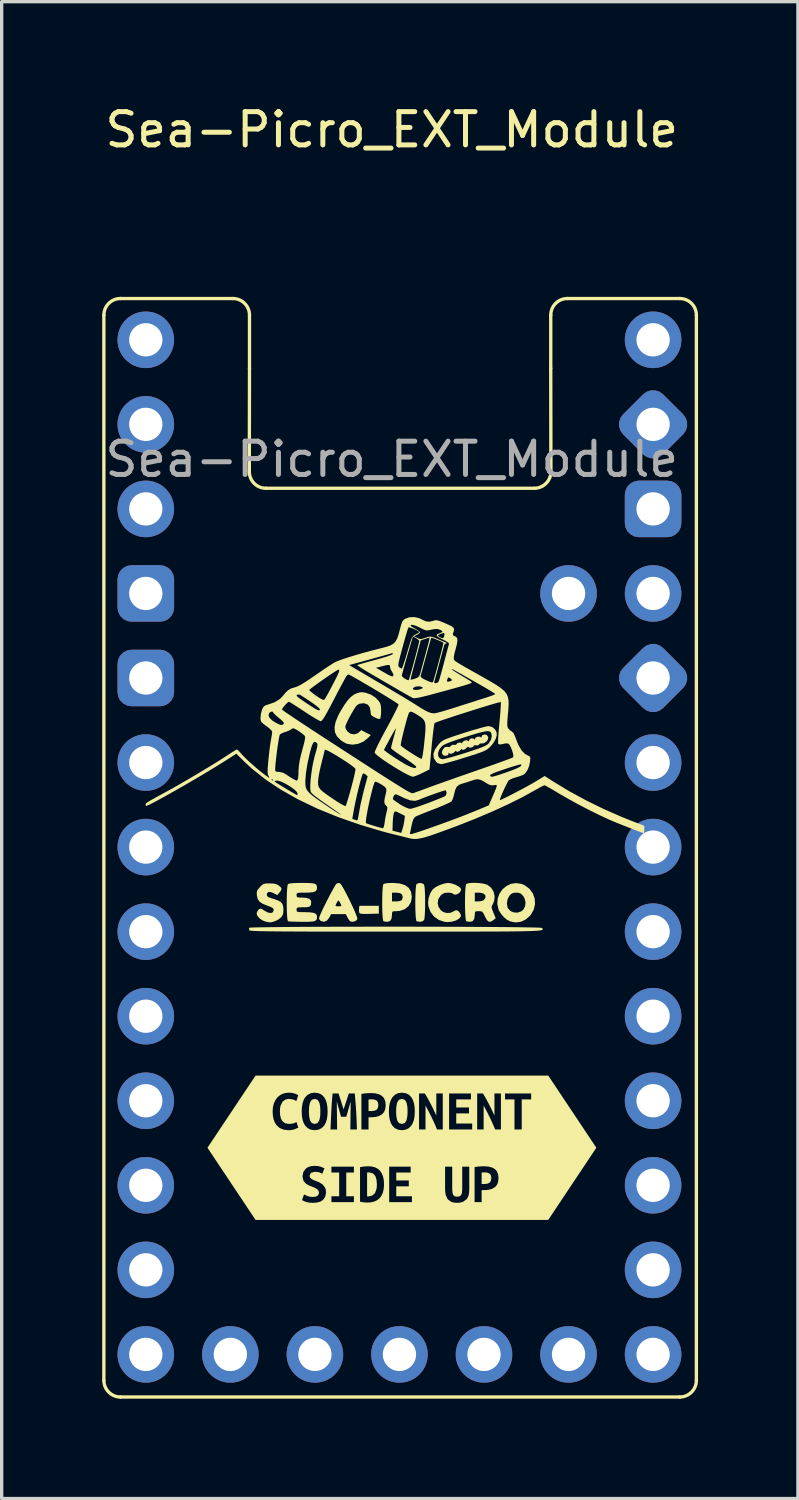
<source format=kicad_pcb>
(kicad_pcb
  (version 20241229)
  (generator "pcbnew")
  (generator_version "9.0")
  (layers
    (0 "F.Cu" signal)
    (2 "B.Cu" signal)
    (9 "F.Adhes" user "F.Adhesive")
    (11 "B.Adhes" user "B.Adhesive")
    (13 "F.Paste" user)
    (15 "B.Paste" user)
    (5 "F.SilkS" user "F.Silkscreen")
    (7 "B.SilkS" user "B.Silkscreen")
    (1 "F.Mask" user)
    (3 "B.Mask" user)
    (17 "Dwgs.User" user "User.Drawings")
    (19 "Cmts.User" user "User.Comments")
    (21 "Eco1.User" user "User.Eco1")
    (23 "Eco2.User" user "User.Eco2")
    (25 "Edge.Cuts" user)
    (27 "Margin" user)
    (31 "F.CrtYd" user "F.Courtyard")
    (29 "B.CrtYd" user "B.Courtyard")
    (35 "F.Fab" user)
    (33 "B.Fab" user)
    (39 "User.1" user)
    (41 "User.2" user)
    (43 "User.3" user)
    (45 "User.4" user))
  (footprint "Sea-Picro_EXT_Module"
    (layer "F.Cu")
    (at 8.92 22.398)
    (property "Reference" "Sea-Picro_EXT_Module" (at -0.2 -21.55 0) (unlocked yes) (layer "F.SilkS") (effects (font (size 1 1) (thickness 0.15))))
    (attr through_hole)
    (fp_line (start -8.85 -15.98) (end -8.85 16.02) (stroke (width 0.1) (type solid)) (layer "F.SilkS"))
    (fp_line (start -8.35 16.52) (end 8.45 16.52) (stroke (width 0.1) (type solid)) (layer "F.SilkS"))
    (fp_line (start -4.975 -16.48) (end -8.35 -16.48) (stroke (width 0.1) (type solid)) (layer "F.SilkS"))
    (fp_line (start -4.475 -14.38) (end -4.48 -11.28) (stroke (width 0.1) (type solid)) (layer "F.SilkS"))
    (fp_line (start -4.475 -14.38) (end -4.475 -15.98) (stroke (width 0.1) (type solid)) (layer "F.SilkS"))
    (fp_line (start -3.98 -10.78) (end 4.08 -10.78) (stroke (width 0.1) (type solid)) (layer "F.SilkS"))
    (fp_line (start 4.575 -14.38) (end 4.575 -15.98) (stroke (width 0.1) (type solid)) (layer "F.SilkS"))
    (fp_line (start 4.575 -14.38) (end 4.58 -11.28) (stroke (width 0.1) (type solid)) (layer "F.SilkS"))
    (fp_line (start 5.075 -16.48) (end 8.45 -16.48) (stroke (width 0.1) (type solid)) (layer "F.SilkS"))
    (fp_line (start 8.95 16.02) (end 8.95 -15.98) (stroke (width 0.1) (type solid)) (layer "F.SilkS"))
    (fp_arc (start -8.84951 -15.98) (mid -8.703063 -16.333553) (end -8.34951 -16.48) (stroke (width 0.1) (type solid)) (layer "F.SilkS"))
    (fp_arc (start -8.34951 16.52) (mid -8.703063 16.373553) (end -8.84951 16.02) (stroke (width 0.1) (type solid)) (layer "F.SilkS"))
    (fp_arc (start -4.97451 -16.48) (mid -4.620957 -16.333553) (end -4.47451 -15.98) (stroke (width 0.1) (type solid)) (layer "F.SilkS"))
    (fp_arc (start -3.98 -10.77951) (mid -4.333553 -10.925957) (end -4.48 -11.27951) (stroke (width 0.1) (type solid)) (layer "F.SilkS"))
    (fp_arc (start 4.57549 -15.98) (mid 4.721931 -16.333559) (end 5.07549 -16.48) (stroke (width 0.1) (type solid)) (layer "F.SilkS"))
    (fp_arc (start 4.58 -11.27951) (mid 4.433553 -10.925957) (end 4.08 -10.77951) (stroke (width 0.1) (type solid)) (layer "F.SilkS"))
    (fp_arc (start 8.45049 -16.48) (mid 8.804046 -16.333556) (end 8.95049 -15.98) (stroke (width 0.1) (type solid)) (layer "F.SilkS"))
    (fp_arc (start 8.95049 16.02) (mid 8.804039 16.373543) (end 8.45049 16.52) (stroke (width 0.1) (type solid)) (layer "F.SilkS"))
    (fp_poly (pts (xy -0.589 1.998) (xy -0.874 2.006) (xy -1.012 2.009) (xy -1.101 2.005) (xy -1.152 1.995) (xy -1.175 1.976) (xy -1.177 1.972) (xy -1.186 1.913) (xy -1.183 1.847) (xy -1.174 1.764) (xy -0.589 1.764)) (stroke (width 0) (type solid)) (fill yes) (layer "F.SilkS"))
    (fp_poly (pts (xy -0.792 7.576) (xy -0.845 7.577) (xy -0.899 7.581) (xy -0.899 7.93) (xy -0.811 7.93) (xy -0.721 7.92) (xy -0.656 7.889) (xy -0.617 7.834) (xy -0.604 7.749) (xy -0.616 7.668) (xy -0.655 7.615) (xy -0.715 7.586) (xy -0.792 7.576)) (stroke (width 0) (type solid)) (fill yes) (layer "F.SilkS"))
    (fp_poly (pts (xy 2.604 9.772) (xy 2.551 9.773) (xy 2.499 9.777) (xy 2.499 10.121) (xy 2.585 10.121) (xy 2.674 10.111) (xy 2.738 10.081) (xy 2.777 10.026) (xy 2.79 9.942) (xy 2.777 9.863) (xy 2.739 9.811) (xy 2.68 9.782) (xy 2.604 9.772)) (stroke (width 0) (type solid)) (fill yes) (layer "F.SilkS"))
    (fp_poly (pts (xy -0.942 10.493) (xy -0.923 10.495) (xy -0.904 10.495) (xy -0.783 10.467) (xy -0.704 10.391) (xy -0.661 10.277) (xy -0.651 10.208) (xy -0.648 10.132) (xy -0.658 9.997) (xy -0.694 9.882) (xy -0.765 9.802) (xy -0.88 9.772) (xy -0.911 9.773) (xy -0.942 9.777) (xy -0.942 10.493)) (stroke (width 0) (type solid)) (fill yes) (layer "F.SilkS"))
    (fp_poly (pts (xy -2.689 7.941) (xy -2.687 8.017) (xy -2.682 8.088) (xy -2.658 8.208) (xy -2.606 8.288) (xy -2.517 8.318) (xy -2.429 8.288) (xy -2.377 8.207) (xy -2.352 8.088) (xy -2.348 8.017) (xy -2.346 7.941) (xy -2.348 7.865) (xy -2.352 7.793) (xy -2.377 7.674) (xy -2.428 7.593) (xy -2.517 7.564) (xy -2.606 7.593) (xy -2.658 7.675) (xy -2.682 7.794) (xy -2.687 7.865) (xy -2.689 7.941)) (stroke (width 0) (type solid)) (fill yes) (layer "F.SilkS"))
    (fp_poly (pts (xy -0.069 7.941) (xy -0.068 8.017) (xy -0.063 8.088) (xy -0.039 8.208) (xy 0.013 8.288) (xy 0.102 8.318) (xy 0.19 8.288) (xy 0.243 8.207) (xy 0.267 8.088) (xy 0.272 8.017) (xy 0.273 7.941) (xy 0.272 7.865) (xy 0.267 7.793) (xy 0.243 7.674) (xy 0.191 7.593) (xy 0.102 7.564) (xy 0.013 7.593) (xy -0.039 7.675) (xy -0.063 7.794) (xy -0.068 7.865) (xy -0.069 7.941)) (stroke (width 0) (type solid)) (fill yes) (layer "F.SilkS"))
    (fp_poly (pts (xy 0.688 1.08) (xy 0.754 1.111) (xy 0.771 1.133) (xy 0.782 1.182) (xy 0.791 1.28) (xy 0.798 1.415) (xy 0.801 1.578) (xy 0.801 1.661) (xy 0.8 1.834) (xy 0.794 1.984) (xy 0.786 2.101) (xy 0.776 2.174) (xy 0.771 2.19) (xy 0.719 2.232) (xy 0.637 2.245) (xy 0.546 2.227) (xy 0.545 2.227) (xy 0.532 2.194) (xy 0.521 2.113) (xy 0.513 1.997) (xy 0.508 1.855) (xy 0.506 1.701) (xy 0.507 1.543) (xy 0.511 1.395) (xy 0.518 1.267) (xy 0.528 1.171) (xy 0.54 1.117) (xy 0.544 1.111) (xy 0.609 1.08)) (stroke (width 0) (type solid)) (fill yes) (layer "F.SilkS"))
    (fp_poly (pts (xy 1.589 1.09) (xy 1.694 1.124) (xy 1.789 1.171) (xy 1.857 1.223) (xy 1.879 1.261) (xy 1.868 1.325) (xy 1.822 1.381) (xy 1.757 1.419) (xy 1.691 1.43) (xy 1.64 1.405) (xy 1.635 1.398) (xy 1.598 1.38) (xy 1.523 1.37) (xy 1.485 1.369) (xy 1.386 1.378) (xy 1.314 1.413) (xy 1.267 1.454) (xy 1.199 1.56) (xy 1.178 1.679) (xy 1.204 1.797) (xy 1.274 1.898) (xy 1.348 1.951) (xy 1.453 1.98) (xy 1.562 1.974) (xy 1.637 1.94) (xy 1.702 1.906) (xy 1.744 1.896) (xy 1.798 1.92) (xy 1.847 1.977) (xy 1.876 2.044) (xy 1.874 2.084) (xy 1.82 2.151) (xy 1.724 2.205) (xy 1.603 2.241) (xy 1.471 2.253) (xy 1.387 2.246) (xy 1.212 2.188) (xy 1.068 2.086) (xy 0.962 1.947) (xy 0.901 1.782) (xy 0.889 1.661) (xy 0.909 1.52) (xy 0.96 1.379) (xy 1.029 1.271) (xy 1.109 1.207) (xy 1.225 1.147) (xy 1.351 1.101) (xy 1.467 1.078) (xy 1.49 1.076)) (stroke (width 0) (type solid)) (fill yes) (layer "F.SilkS"))
    (fp_poly (pts (xy 3.689 1.103) (xy 3.789 1.144) (xy 3.934 1.251) (xy 4.036 1.389) (xy 4.093 1.547) (xy 4.103 1.714) (xy 4.064 1.881) (xy 3.975 2.036) (xy 3.954 2.061) (xy 3.825 2.173) (xy 3.68 2.242) (xy 3.531 2.262) (xy 3.479 2.256) (xy 3.401 2.24) (xy 3.354 2.23) (xy 3.27 2.19) (xy 3.176 2.113) (xy 3.088 2.015) (xy 3.022 1.911) (xy 3.008 1.879) (xy 2.97 1.709) (xy 2.971 1.69) (xy 3.258 1.69) (xy 3.276 1.809) (xy 3.289 1.838) (xy 3.363 1.919) (xy 3.465 1.963) (xy 3.578 1.968) (xy 3.685 1.933) (xy 3.75 1.88) (xy 3.805 1.775) (xy 3.817 1.651) (xy 3.784 1.529) (xy 3.74 1.459) (xy 3.677 1.398) (xy 3.609 1.373) (xy 3.537 1.369) (xy 3.446 1.377) (xy 3.382 1.41) (xy 3.335 1.459) (xy 3.278 1.565) (xy 3.258 1.69) (xy 2.971 1.69) (xy 2.981 1.547) (xy 3.035 1.398) (xy 3.123 1.271) (xy 3.24 1.171) (xy 3.378 1.105) (xy 3.53 1.081)) (stroke (width 0) (type solid)) (fill yes) (layer "F.SilkS"))
    (fp_poly (pts (xy 0.036 1.092) (xy 0.196 1.142) (xy 0.31 1.225) (xy 0.378 1.342) (xy 0.401 1.495) (xy 0.401 1.501) (xy 0.375 1.652) (xy 0.301 1.776) (xy 0.187 1.867) (xy 0.038 1.917) (xy -0.061 1.925) (xy -0.142 1.927) (xy -0.181 1.941) (xy -0.193 1.981) (xy -0.194 2.029) (xy -0.208 2.15) (xy -0.253 2.221) (xy -0.328 2.244) (xy -0.334 2.244) (xy -0.407 2.237) (xy -0.45 2.227) (xy -0.463 2.194) (xy -0.474 2.113) (xy -0.482 1.997) (xy -0.487 1.855) (xy -0.489 1.701) (xy -0.488 1.632) (xy -0.194 1.632) (xy -0.068 1.632) (xy 0.019 1.624) (xy 0.082 1.605) (xy 0.093 1.597) (xy 0.123 1.54) (xy 0.128 1.501) (xy 0.109 1.426) (xy 0.047 1.383) (xy -0.062 1.369) (xy -0.068 1.369) (xy -0.194 1.369) (xy -0.194 1.632) (xy -0.488 1.632) (xy -0.488 1.543) (xy -0.484 1.395) (xy -0.477 1.267) (xy -0.467 1.171) (xy -0.455 1.117) (xy -0.451 1.111) (xy -0.401 1.092) (xy -0.303 1.08) (xy -0.172 1.076)) (stroke (width 0) (type solid)) (fill yes) (layer "F.SilkS"))
    (fp_poly (pts (xy -1.752 1.092) (xy -1.719 1.129) (xy -1.67 1.21) (xy -1.607 1.322) (xy -1.537 1.457) (xy -1.464 1.603) (xy -1.394 1.751) (xy -1.33 1.891) (xy -1.279 2.012) (xy -1.245 2.105) (xy -1.233 2.158) (xy -1.234 2.163) (xy -1.276 2.212) (xy -1.349 2.241) (xy -1.426 2.24) (xy -1.437 2.236) (xy -1.478 2.2) (xy -1.522 2.133) (xy -1.53 2.116) (xy -1.58 2.013) (xy -2.022 2.013) (xy -2.081 2.122) (xy -2.151 2.209) (xy -2.235 2.243) (xy -2.328 2.221) (xy -2.337 2.216) (xy -2.379 2.168) (xy -2.386 2.136) (xy -2.372 2.088) (xy -2.336 2) (xy -2.282 1.883) (xy -2.225 1.765) (xy -1.891 1.765) (xy -1.865 1.775) (xy -1.804 1.779) (xy -1.803 1.779) (xy -1.741 1.775) (xy -1.715 1.765) (xy -1.715 1.765) (xy -1.728 1.723) (xy -1.756 1.665) (xy -1.786 1.618) (xy -1.803 1.603) (xy -1.826 1.626) (xy -1.857 1.678) (xy -1.883 1.734) (xy -1.891 1.765) (xy -2.225 1.765) (xy -2.215 1.746) (xy -2.142 1.6) (xy -2.068 1.455) (xy -1.996 1.322) (xy -1.934 1.21) (xy -1.885 1.13) (xy -1.855 1.093) (xy -1.854 1.092) (xy -1.784 1.079)) (stroke (width 0) (type solid)) (fill yes) (layer "F.SilkS"))
    (fp_poly (pts (xy 2.437 1.082) (xy 2.557 1.099) (xy 2.653 1.125) (xy 2.675 1.135) (xy 2.786 1.222) (xy 2.859 1.342) (xy 2.89 1.48) (xy 2.874 1.621) (xy 2.836 1.711) (xy 2.808 1.763) (xy 2.799 1.806) (xy 2.81 1.86) (xy 2.843 1.945) (xy 2.852 1.968) (xy 2.922 2.136) (xy 2.853 2.191) (xy 2.775 2.24) (xy 2.712 2.241) (xy 2.656 2.191) (xy 2.6 2.086) (xy 2.558 1.996) (xy 2.524 1.948) (xy 2.483 1.929) (xy 2.42 1.925) (xy 2.411 1.925) (xy 2.336 1.928) (xy 2.303 1.947) (xy 2.294 1.997) (xy 2.294 2.029) (xy 2.279 2.15) (xy 2.234 2.221) (xy 2.159 2.244) (xy 2.154 2.244) (xy 2.081 2.237) (xy 2.038 2.227) (xy 2.024 2.194) (xy 2.014 2.113) (xy 2.006 1.997) (xy 2.001 1.855) (xy 1.999 1.701) (xy 1.999 1.632) (xy 2.294 1.632) (xy 2.409 1.632) (xy 2.499 1.62) (xy 2.565 1.59) (xy 2.57 1.586) (xy 2.616 1.512) (xy 2.61 1.447) (xy 2.556 1.397) (xy 2.461 1.371) (xy 2.42 1.369) (xy 2.294 1.369) (xy 2.294 1.632) (xy 1.999 1.632) (xy 2 1.543) (xy 2.003 1.395) (xy 2.01 1.267) (xy 2.02 1.171) (xy 2.033 1.117) (xy 2.036 1.111) (xy 2.091 1.088) (xy 2.187 1.076) (xy 2.308 1.074)) (stroke (width 0) (type solid)) (fill yes) (layer "F.SilkS"))
    (fp_poly (pts (xy -0.993 -4.638) (xy -0.972 -4.633) (xy -0.827 -4.58) (xy -0.694 -4.494) (xy -0.591 -4.388) (xy -0.545 -4.309) (xy -0.529 -4.239) (xy -0.521 -4.14) (xy -0.522 -4.032) (xy -0.53 -3.934) (xy -0.545 -3.866) (xy -0.554 -3.85) (xy -0.59 -3.849) (xy -0.659 -3.872) (xy -0.706 -3.893) (xy -0.785 -3.935) (xy -0.824 -3.973) (xy -0.836 -4.028) (xy -0.837 -4.07) (xy -0.858 -4.195) (xy -0.919 -4.278) (xy -1.018 -4.318) (xy -1.066 -4.321) (xy -1.17 -4.306) (xy -1.24 -4.27) (xy -1.284 -4.218) (xy -1.342 -4.129) (xy -1.407 -4.018) (xy -1.473 -3.899) (xy -1.531 -3.784) (xy -1.575 -3.687) (xy -1.597 -3.623) (xy -1.598 -3.613) (xy -1.58 -3.549) (xy -1.535 -3.477) (xy -1.529 -3.47) (xy -1.44 -3.406) (xy -1.334 -3.387) (xy -1.232 -3.415) (xy -1.183 -3.452) (xy -1.121 -3.514) (xy -0.831 -3.367) (xy -0.914 -3.279) (xy -1.053 -3.169) (xy -1.214 -3.101) (xy -1.383 -3.077) (xy -1.545 -3.103) (xy -1.568 -3.112) (xy -1.639 -3.149) (xy -1.722 -3.203) (xy -1.736 -3.214) (xy -1.846 -3.324) (xy -1.908 -3.45) (xy -1.921 -3.598) (xy -1.886 -3.769) (xy -1.802 -3.968) (xy -1.745 -4.074) (xy -1.629 -4.264) (xy -1.528 -4.407) (xy -1.432 -4.51) (xy -1.337 -4.581) (xy -1.259 -4.618) (xy -1.169 -4.647) (xy -1.09 -4.653)) (stroke (width 0) (type solid)) (fill yes) (layer "F.SilkS"))
    (fp_poly (pts (xy -3.747 1.096) (xy -3.663 1.116) (xy -3.599 1.151) (xy -3.531 1.211) (xy -3.512 1.262) (xy -3.54 1.321) (xy -3.57 1.358) (xy -3.642 1.442) (xy -3.743 1.388) (xy -3.845 1.348) (xy -3.915 1.351) (xy -3.951 1.397) (xy -3.954 1.426) (xy -3.947 1.466) (xy -3.919 1.496) (xy -3.857 1.524) (xy -3.764 1.552) (xy -3.624 1.6) (xy -3.533 1.651) (xy -3.482 1.717) (xy -3.459 1.807) (xy -3.456 1.881) (xy -3.461 1.982) (xy -3.481 2.049) (xy -3.525 2.108) (xy -3.544 2.128) (xy -3.623 2.185) (xy -3.725 2.232) (xy -3.825 2.259) (xy -3.895 2.259) (xy -3.944 2.248) (xy -4.003 2.235) (xy -4.091 2.198) (xy -4.175 2.137) (xy -4.237 2.065) (xy -4.261 2) (xy -4.24 1.93) (xy -4.203 1.881) (xy -4.165 1.852) (xy -4.13 1.848) (xy -4.08 1.874) (xy -4.03 1.908) (xy -3.928 1.963) (xy -3.84 1.981) (xy -3.778 1.963) (xy -3.75 1.909) (xy -3.749 1.897) (xy -3.756 1.855) (xy -3.786 1.823) (xy -3.851 1.792) (xy -3.935 1.761) (xy -4.076 1.704) (xy -4.169 1.643) (xy -4.224 1.568) (xy -4.25 1.469) (xy -4.253 1.449) (xy -4.258 1.365) (xy -4.243 1.305) (xy -4.198 1.242) (xy -4.164 1.204) (xy -4.105 1.143) (xy -4.054 1.109) (xy -3.992 1.094) (xy -3.897 1.091) (xy -3.87 1.091)) (stroke (width 0) (type solid)) (fill yes) (layer "F.SilkS"))
    (fp_poly (pts (xy -2.728 1.078) (xy -2.605 1.084) (xy -2.524 1.098) (xy -2.477 1.122) (xy -2.454 1.16) (xy -2.447 1.214) (xy -2.447 1.227) (xy -2.458 1.288) (xy -2.495 1.329) (xy -2.569 1.354) (xy -2.685 1.366) (xy -2.811 1.369) (xy -2.932 1.369) (xy -3.006 1.374) (xy -3.044 1.385) (xy -3.059 1.406) (xy -3.061 1.441) (xy -3.061 1.442) (xy -3.056 1.486) (xy -3.032 1.507) (xy -2.973 1.515) (xy -2.917 1.515) (xy -2.769 1.525) (xy -2.673 1.557) (xy -2.627 1.61) (xy -2.622 1.644) (xy -2.628 1.725) (xy -2.651 1.774) (xy -2.704 1.799) (xy -2.799 1.807) (xy -2.86 1.808) (xy -2.966 1.809) (xy -3.026 1.815) (xy -3.053 1.832) (xy -3.061 1.863) (xy -3.061 1.881) (xy -3.059 1.917) (xy -3.043 1.939) (xy -3.003 1.95) (xy -2.925 1.954) (xy -2.829 1.954) (xy -2.667 1.959) (xy -2.555 1.974) (xy -2.486 2.003) (xy -2.453 2.049) (xy -2.447 2.094) (xy -2.451 2.152) (xy -2.47 2.193) (xy -2.511 2.221) (xy -2.584 2.236) (xy -2.696 2.243) (xy -2.857 2.245) (xy -2.899 2.244) (xy -3.045 2.242) (xy -3.171 2.239) (xy -3.265 2.234) (xy -3.314 2.228) (xy -3.317 2.227) (xy -3.331 2.194) (xy -3.342 2.113) (xy -3.349 1.997) (xy -3.354 1.855) (xy -3.356 1.701) (xy -3.355 1.543) (xy -3.352 1.395) (xy -3.345 1.267) (xy -3.335 1.171) (xy -3.322 1.117) (xy -3.319 1.111) (xy -3.272 1.094) (xy -3.171 1.083) (xy -3.015 1.077) (xy -2.9 1.076)) (stroke (width 0) (type solid)) (fill yes) (layer "F.SilkS"))
    (fp_poly (pts (xy -0.058 2.391) (xy 0.381 2.391) (xy 0.816 2.392) (xy 1.242 2.393) (xy 1.657 2.394) (xy 2.056 2.396) (xy 2.435 2.398) (xy 2.79 2.4) (xy 3.118 2.402) (xy 3.414 2.405) (xy 3.674 2.408) (xy 3.895 2.412) (xy 4.073 2.415) (xy 4.203 2.419) (xy 4.282 2.424) (xy 4.306 2.427) (xy 4.321 2.442) (xy 4.332 2.456) (xy 4.337 2.468) (xy 4.332 2.479) (xy 4.316 2.489) (xy 4.286 2.497) (xy 4.238 2.505) (xy 4.171 2.512) (xy 4.082 2.517) (xy 3.968 2.522) (xy 3.826 2.526) (xy 3.654 2.53) (xy 3.45 2.532) (xy 3.209 2.535) (xy 2.931 2.536) (xy 2.611 2.537) (xy 2.248 2.538) (xy 1.839 2.539) (xy 1.381 2.539) (xy 0.872 2.539) (xy 0.309 2.539) (xy -0.096 2.539) (xy -0.694 2.539) (xy -1.236 2.539) (xy -1.725 2.539) (xy -2.164 2.538) (xy -2.555 2.538) (xy -2.9 2.537) (xy -3.203 2.535) (xy -3.466 2.534) (xy -3.691 2.532) (xy -3.882 2.53) (xy -4.041 2.527) (xy -4.171 2.525) (xy -4.274 2.521) (xy -4.354 2.518) (xy -4.411 2.513) (xy -4.451 2.509) (xy -4.474 2.504) (xy -4.484 2.498) (xy -4.484 2.497) (xy -4.488 2.441) (xy -4.481 2.424) (xy -4.45 2.419) (xy -4.364 2.415) (xy -4.227 2.411) (xy -4.043 2.408) (xy -3.817 2.405) (xy -3.552 2.402) (xy -3.251 2.399) (xy -2.92 2.397) (xy -2.561 2.395) (xy -2.179 2.394) (xy -1.778 2.392) (xy -1.362 2.392) (xy -0.934 2.391) (xy -0.498 2.391)) (stroke (width 0) (type solid)) (fill yes) (layer "F.SilkS"))
    (fp_poly (pts (xy 2.638 -3.374) (xy 2.663 -3.357) (xy 2.7 -3.294) (xy 2.683 -3.224) (xy 2.641 -3.17) (xy 2.564 -3.118) (xy 2.511 -3.116) (xy 2.448 -3.11) (xy 2.427 -3.086) (xy 2.386 -3.055) (xy 2.337 -3.057) (xy 2.283 -3.059) (xy 2.265 -3.045) (xy 2.24 -3.012) (xy 2.187 -2.991) (xy 2.133 -2.989) (xy 2.112 -3.002) (xy 2.083 -3.014) (xy 2.054 -2.988) (xy 2.004 -2.944) (xy 1.953 -2.921) (xy 1.918 -2.925) (xy 1.913 -2.939) (xy 1.9 -2.949) (xy 1.877 -2.928) (xy 1.827 -2.883) (xy 1.775 -2.862) (xy 1.741 -2.869) (xy 1.737 -2.882) (xy 1.724 -2.896) (xy 1.7 -2.872) (xy 1.641 -2.821) (xy 1.578 -2.801) (xy 1.532 -2.817) (xy 1.528 -2.822) (xy 1.509 -2.839) (xy 1.504 -2.808) (xy 1.491 -2.765) (xy 1.477 -2.757) (xy 1.426 -2.748) (xy 1.411 -2.744) (xy 1.361 -2.751) (xy 1.335 -2.772) (xy 1.303 -2.826) (xy 1.311 -2.884) (xy 1.348 -2.951) (xy 1.397 -3.004) (xy 1.458 -3.013) (xy 1.477 -3.01) (xy 1.545 -3.01) (xy 1.575 -3.04) (xy 1.615 -3.073) (xy 1.665 -3.072) (xy 1.719 -3.07) (xy 1.738 -3.084) (xy 1.762 -3.117) (xy 1.816 -3.138) (xy 1.87 -3.14) (xy 1.891 -3.127) (xy 1.91 -3.112) (xy 1.913 -3.131) (xy 1.938 -3.171) (xy 1.993 -3.2) (xy 2.054 -3.209) (xy 2.093 -3.19) (xy 2.113 -3.171) (xy 2.118 -3.2) (xy 2.142 -3.243) (xy 2.195 -3.267) (xy 2.25 -3.263) (xy 2.27 -3.246) (xy 2.29 -3.227) (xy 2.293 -3.248) (xy 2.319 -3.289) (xy 2.375 -3.315) (xy 2.436 -3.318) (xy 2.462 -3.306) (xy 2.493 -3.295) (xy 2.499 -3.321) (xy 2.522 -3.363) (xy 2.577 -3.383)) (stroke (width 0) (type solid)) (fill yes) (layer "F.SilkS"))
    (fp_poly (pts (xy 2.816 -3.608) (xy 2.903 -3.533) (xy 2.948 -3.449) (xy 2.953 -3.357) (xy 2.918 -3.244) (xy 2.85 -3.124) (xy 2.763 -3.021) (xy 2.717 -2.977) (xy 2.673 -2.941) (xy 2.621 -2.909) (xy 2.553 -2.876) (xy 2.461 -2.841) (xy 2.337 -2.798) (xy 2.172 -2.745) (xy 2.001 -2.691) (xy 1.814 -2.633) (xy 1.641 -2.582) (xy 1.491 -2.54) (xy 1.374 -2.51) (xy 1.299 -2.495) (xy 1.282 -2.493) (xy 1.182 -2.52) (xy 1.132 -2.56) (xy 1.062 -2.673) (xy 1.05 -2.796) (xy 1.061 -2.828) (xy 1.19 -2.828) (xy 1.193 -2.741) (xy 1.232 -2.675) (xy 1.305 -2.642) (xy 1.33 -2.64) (xy 1.385 -2.649) (xy 1.485 -2.674) (xy 1.621 -2.711) (xy 1.784 -2.759) (xy 1.964 -2.815) (xy 2.025 -2.834) (xy 2.237 -2.904) (xy 2.399 -2.959) (xy 2.52 -3.005) (xy 2.606 -3.043) (xy 2.665 -3.077) (xy 2.704 -3.109) (xy 2.707 -3.112) (xy 2.781 -3.224) (xy 2.804 -3.342) (xy 2.789 -3.421) (xy 2.769 -3.456) (xy 2.735 -3.477) (xy 2.682 -3.484) (xy 2.602 -3.476) (xy 2.491 -3.451) (xy 2.341 -3.41) (xy 2.147 -3.351) (xy 1.976 -3.296) (xy 1.76 -3.226) (xy 1.594 -3.168) (xy 1.471 -3.121) (xy 1.383 -3.081) (xy 1.324 -3.046) (xy 1.296 -3.022) (xy 1.224 -2.926) (xy 1.19 -2.828) (xy 1.061 -2.828) (xy 1.095 -2.931) (xy 1.198 -3.076) (xy 1.219 -3.099) (xy 1.259 -3.141) (xy 1.299 -3.175) (xy 1.348 -3.207) (xy 1.412 -3.239) (xy 1.501 -3.274) (xy 1.623 -3.317) (xy 1.784 -3.37) (xy 1.971 -3.431) (xy 2.159 -3.49) (xy 2.335 -3.542) (xy 2.488 -3.586) (xy 2.609 -3.617) (xy 2.688 -3.633) (xy 2.708 -3.635)) (stroke (width 0) (type solid)) (fill yes) (layer "F.SilkS"))
    (fp_poly (pts (xy -3.78 6.864) (xy -3.641 7.524) (xy -3.57 7.461) (xy -3.486 7.414) (xy -3.392 7.386) (xy -3.289 7.377) (xy -3.185 7.386) (xy -3.104 7.408) (xy -3.046 7.434) (xy -3.01 7.455) (xy -3.066 7.627) (xy -3.163 7.582) (xy -3.293 7.564) (xy -3.391 7.582) (xy -3.477 7.643) (xy -3.538 7.757) (xy -3.556 7.838) (xy -3.562 7.936) (xy -3.555 8.049) (xy -3.533 8.144) (xy -2.907 7.941) (xy -2.9 7.81) (xy -2.881 7.696) (xy -2.849 7.599) (xy -2.804 7.519) (xy -2.726 7.44) (xy -2.631 7.393) (xy -2.517 7.377) (xy -2.401 7.393) (xy -2.304 7.44) (xy -2.228 7.519) (xy -2.184 7.599) (xy -2.153 7.696) (xy -2.134 7.81) (xy -2 7.647) (xy -1.989 7.52) (xy -1.978 7.401) (xy -1.8 7.401) (xy -1.769 7.496) (xy -1.73 7.62) (xy -1.688 7.754) (xy -1.648 7.88) (xy -1.604 7.746) (xy -1.56 7.613) (xy -1.522 7.494) (xy -1.491 7.401) (xy -1.312 7.401) (xy -1.3 7.541) (xy -1.289 7.677) (xy -1.278 7.811) (xy -1.113 8.482) (xy -1.113 7.415) (xy -1.043 7.403) (xy -0.963 7.395) (xy -0.885 7.391) (xy -0.817 7.389) (xy -0.689 7.398) (xy -0.583 7.427) (xy -0.497 7.474) (xy -0.434 7.542) (xy -0.396 7.634) (xy -0.383 7.751) (xy -0.396 7.868) (xy -0.434 7.961) (xy -0.287 7.941) (xy -0.281 7.81) (xy -0.262 7.696) (xy -0.229 7.599) (xy -0.184 7.519) (xy -0.107 7.44) (xy -0.011 7.393) (xy 0.102 7.377) (xy 0.219 7.393) (xy 0.315 7.44) (xy 0.392 7.519) (xy 0.435 7.599) (xy 0.466 7.696) (xy 0.485 7.81) (xy 0.491 7.941) (xy 0.485 8.072) (xy 0.466 8.186) (xy 0.434 8.283) (xy 0.39 8.363) (xy 0.313 8.442) (xy 0.218 8.489) (xy 0.104 8.505) (xy -0.013 8.489) (xy -0.11 8.442) (xy -0.187 8.363) (xy -0.231 8.283) (xy -0.262 8.186) (xy -0.281 8.072) (xy -0.287 7.941) (xy -0.434 7.961) (xy -0.498 8.031) (xy -0.585 8.079) (xy -0.693 8.108) (xy -0.822 8.117) (xy -0.899 8.117) (xy -0.899 8.482) (xy -1.113 8.482) (xy -1.278 7.811) (xy -1.27 7.943) (xy -1.263 8.076) (xy -1.257 8.209) (xy -1.252 8.344) (xy -1.248 8.482) (xy -1.445 8.482) (xy -1.435 7.642) (xy -1.567 8.1) (xy -1.725 8.1) (xy -1.852 7.642) (xy -1.843 8.482) (xy -2.041 8.482) (xy -2.035 8.347) (xy -2.029 8.206) (xy -2.023 8.064) (xy -2.016 7.922) (xy -2.009 7.782) (xy -2 7.647) (xy -2.134 7.81) (xy -2.128 7.941) (xy -2.134 8.072) (xy -2.153 8.186) (xy -2.185 8.283) (xy -2.229 8.363) (xy -2.306 8.442) (xy -2.402 8.489) (xy -2.516 8.505) (xy -2.633 8.489) (xy -2.729 8.442) (xy -2.806 8.363) (xy -2.85 8.283) (xy -2.882 8.186) (xy -2.901 8.072) (xy -2.907 7.941) (xy -3.533 8.144) (xy -3.498 8.219) (xy -3.414 8.293) (xy -3.289 8.318) (xy -3.15 8.299) (xy -3.062 8.26) (xy -3.008 8.43) (xy -3.131 8.481) (xy -3.215 8.499) (xy -3.31 8.505) (xy -3.451 8.489) (xy -2.883 9.894) (xy -2.858 9.761) (xy -2.785 9.66) (xy -2.712 9.613) (xy -2.623 9.585) (xy -2.518 9.576) (xy -2.426 9.582) (xy -2.347 9.598) (xy -2.224 9.648) (xy -2.286 9.812) (xy -2.381 9.77) (xy -2.502 9.753) (xy -2.629 9.784) (xy -2.671 9.875) (xy -2.654 9.93) (xy -2.61 9.971) (xy -2.55 10.003) (xy -2.483 10.028) (xy -2.379 10.071) (xy -2.28 10.133) (xy -2.205 10.229) (xy -2.183 10.294) (xy -2.175 10.374) (xy -2.2 10.507) (xy -2.014 10.665) (xy -2.014 10.49) (xy -1.781 10.49) (xy -1.781 9.776) (xy -2.014 9.776) (xy -2.014 9.6) (xy -1.338 9.6) (xy -1.338 9.776) (xy -1.154 10.653) (xy -1.154 9.614) (xy -1.018 9.593) (xy -0.899 9.588) (xy -0.798 9.596) (xy -0.707 9.619) (xy -0.627 9.659) (xy -0.56 9.716) (xy -0.506 9.791) (xy -0.466 9.885) (xy -0.441 9.998) (xy -0.433 10.132) (xy -0.442 10.269) (xy -0.47 10.384) (xy -0.514 10.478) (xy -0.572 10.553) (xy -0.644 10.61) (xy -0.728 10.649) (xy -0.823 10.671) (xy -0.926 10.679) (xy -1.037 10.673) (xy -1.154 10.653) (xy -1.338 9.776) (xy -1.568 9.776) (xy -1.568 10.49) (xy -1.338 10.49) (xy -1.338 10.665) (xy -2.014 10.665) (xy -2.2 10.507) (xy -2.273 10.606) (xy -2.349 10.651) (xy -2.447 10.678) (xy -2.568 10.687) (xy -2.687 10.68) (xy -2.779 10.659) (xy -2.898 10.607) (xy -2.836 10.434) (xy -2.725 10.486) (xy -2.654 10.504) (xy -2.568 10.51) (xy -2.479 10.499) (xy -2.423 10.468) (xy -2.395 10.423) (xy -2.387 10.373) (xy -2.406 10.314) (xy -2.454 10.268) (xy -2.52 10.232) (xy -2.592 10.202) (xy -2.692 10.163) (xy -2.785 10.106) (xy -2.855 10.021) (xy -2.883 9.894) (xy -3.451 8.489) (xy -3.567 8.44) (xy -3.659 8.358) (xy -3.712 8.277) (xy -3.75 8.181) (xy -3.772 8.068) (xy -3.78 7.941) (xy -3.771 7.814) (xy -3.743 7.702) (xy -3.699 7.605) (xy -3.641 7.524) (xy -3.78 6.864) (xy -4.293 6.864) (xy -5.738 9.032) (xy -4.293 11.2) (xy -0.278 10.665) (xy -0.278 9.6) (xy 0.367 9.6) (xy 0.367 9.776) (xy -0.066 9.776) (xy -0.066 10.015) (xy 0.311 10.015) (xy 0.311 10.19) (xy -0.066 10.19) (xy -0.066 10.49) (xy 0.405 10.49) (xy 0.405 10.665) (xy -0.278 10.665) (xy -4.293 11.2) (xy -3.78 11.2) (xy 1.761 10.687) (xy 1.666 10.68) (xy 1.588 10.659) (xy 1.477 10.577) (xy 1.419 10.448) (xy 1.406 10.368) (xy 1.401 10.28) (xy 1.401 9.6) (xy 1.615 9.6) (xy 1.615 10.266) (xy 1.622 10.379) (xy 1.645 10.452) (xy 1.69 10.491) (xy 1.764 10.503) (xy 1.838 10.491) (xy 1.885 10.451) (xy 1.909 10.377) (xy 1.916 10.264) (xy 1.916 9.6) (xy 2.127 9.6) (xy 2.127 10.28) (xy 2.123 10.368) (xy 2.11 10.448) (xy 2.086 10.518) (xy 2.05 10.577) (xy 1.936 10.659) (xy 1.857 10.68) (xy 1.761 10.687) (xy -3.78 11.2) (xy 3.987 11.2) (xy 2.994 10.06) (xy 2.956 10.152) (xy 2.894 10.22) (xy 2.808 10.268) (xy 2.702 10.296) (xy 2.575 10.305) (xy 2.499 10.305) (xy 2.499 10.665) (xy 2.287 10.665) (xy 2.287 9.614) (xy 2.357 9.602) (xy 2.435 9.594) (xy 2.513 9.59) (xy 2.58 9.588) (xy 2.705 9.597) (xy 2.81 9.625) (xy 2.895 9.671) (xy 2.957 9.739) (xy 2.994 9.83) (xy 3.007 9.944) (xy 2.994 10.06) (xy 3.987 11.2) (xy 4.5 11.2) (xy 5.945 9.032) (xy 1.158 8.482) (xy 1.108 8.362) (xy 1.055 8.243) (xy 0.999 8.123) (xy 0.94 8.004) (xy 0.878 7.884) (xy 0.813 7.764) (xy 0.813 8.482) (xy 0.619 8.482) (xy 0.619 7.401) (xy 0.792 7.401) (xy 0.841 7.481) (xy 0.89 7.568) (xy 0.938 7.658) (xy 0.985 7.747) (xy 1.029 7.835) (xy 1.07 7.92) (xy 1.107 7.998) (xy 1.137 8.067) (xy 1.137 7.401) (xy 1.331 7.401) (xy 1.522 8.482) (xy 1.522 7.401) (xy 2.177 7.401) (xy 2.177 7.579) (xy 1.736 7.579) (xy 1.736 7.822) (xy 2.119 7.822) (xy 2.119 8) (xy 1.736 8) (xy 1.736 8.304) (xy 2.215 8.304) (xy 2.215 8.482) (xy 1.522 8.482) (xy 1.331 7.401) (xy 1.331 8.482) (xy 1.158 8.482) (xy 5.945 9.032) (xy 4.5 6.864) (xy 3.078 7.401) (xy 3.078 8.482) (xy 3.486 8.482) (xy 3.486 7.579) (xy 3.202 7.579) (xy 3.202 7.401) (xy 3.987 7.401) (xy 3.987 7.579) (xy 3.703 7.579) (xy 3.703 8.482) (xy 3.486 8.482) (xy 3.078 8.482) (xy 2.905 8.482) (xy 2.854 8.362) (xy 2.801 8.243) (xy 2.745 8.123) (xy 2.686 8.004) (xy 2.624 7.884) (xy 2.559 7.764) (xy 2.559 8.482) (xy 2.365 8.482) (xy 2.365 7.401) (xy 2.538 7.401) (xy 2.587 7.481) (xy 2.636 7.568) (xy 2.684 7.658) (xy 2.731 7.747) (xy 2.775 7.835) (xy 2.817 7.92) (xy 2.853 7.998) (xy 2.884 8.067) (xy 2.884 7.401) (xy 3.078 7.401) (xy 4.5 6.864) (xy 3.987 6.864) (xy -3.78 6.864)) (stroke (width 0) (type solid)) (fill yes) (layer "F.SilkS"))
    (fp_poly (pts (xy 0.622 -6.878) (xy 0.699 -6.84) (xy 0.82 -6.782) (xy 0.932 -6.771) (xy 1.052 -6.8) (xy 1.105 -6.815) (xy 1.158 -6.814) (xy 1.226 -6.796) (xy 1.327 -6.757) (xy 1.376 -6.736) (xy 1.514 -6.676) (xy 1.604 -6.63) (xy 1.654 -6.589) (xy 1.672 -6.545) (xy 1.663 -6.488) (xy 1.635 -6.409) (xy 1.633 -6.406) (xy 1.642 -6.362) (xy 1.677 -6.343) (xy 1.734 -6.315) (xy 1.765 -6.269) (xy 1.772 -6.196) (xy 1.754 -6.087) (xy 1.717 -5.947) (xy 1.679 -5.804) (xy 1.662 -5.707) (xy 1.663 -5.647) (xy 1.67 -5.629) (xy 1.683 -5.612) (xy 1.703 -5.592) (xy 1.736 -5.568) (xy 1.787 -5.534) (xy 1.863 -5.489) (xy 1.967 -5.428) (xy 2.106 -5.349) (xy 2.285 -5.248) (xy 2.509 -5.122) (xy 2.525 -5.113) (xy 2.752 -4.984) (xy 2.933 -4.876) (xy 3.072 -4.781) (xy 3.175 -4.694) (xy 3.245 -4.607) (xy 3.287 -4.512) (xy 3.308 -4.404) (xy 3.31 -4.275) (xy 3.3 -4.118) (xy 3.291 -4.014) (xy 3.276 -3.855) (xy 3.269 -3.742) (xy 3.269 -3.666) (xy 3.276 -3.615) (xy 3.291 -3.577) (xy 3.3 -3.563) (xy 3.354 -3.504) (xy 3.403 -3.475) (xy 3.452 -3.431) (xy 3.499 -3.336) (xy 3.51 -3.305) (xy 3.597 -3.081) (xy 3.693 -2.913) (xy 3.8 -2.799) (xy 3.909 -2.741) (xy 3.945 -2.721) (xy 3.959 -2.681) (xy 3.957 -2.603) (xy 3.955 -2.586) (xy 3.928 -2.445) (xy 3.877 -2.316) (xy 3.811 -2.218) (xy 3.772 -2.184) (xy 3.708 -2.154) (xy 3.612 -2.12) (xy 3.535 -2.097) (xy 3.433 -2.065) (xy 3.351 -2.028) (xy 3.314 -2.002) (xy 3.284 -1.959) (xy 3.243 -1.882) (xy 3.194 -1.783) (xy 3.145 -1.676) (xy 3.1 -1.572) (xy 3.066 -1.485) (xy 3.048 -1.428) (xy 3.049 -1.411) (xy 3.087 -1.425) (xy 3.167 -1.462) (xy 3.279 -1.517) (xy 3.413 -1.585) (xy 3.562 -1.663) (xy 3.714 -1.743) (xy 3.861 -1.823) (xy 3.993 -1.896) (xy 4.101 -1.958) (xy 4.128 -1.975) (xy 4.393 -2.136) (xy 4.653 -1.968) (xy 5.122 -1.684) (xy 5.632 -1.407) (xy 6.167 -1.144) (xy 6.708 -0.906) (xy 6.983 -0.796) (xy 7.386 -0.64) (xy 7.386 -0.528) (xy 7.383 -0.457) (xy 7.376 -0.418) (xy 7.374 -0.416) (xy 7.338 -0.427) (xy 7.259 -0.455) (xy 7.146 -0.498) (xy 7.009 -0.55) (xy 6.86 -0.609) (xy 6.707 -0.67) (xy 6.562 -0.728) (xy 6.435 -0.781) (xy 6.336 -0.823) (xy 6.334 -0.824) (xy 6.041 -0.96) (xy 5.722 -1.117) (xy 5.397 -1.287) (xy 5.085 -1.458) (xy 4.81 -1.618) (xy 4.674 -1.7) (xy 4.554 -1.77) (xy 4.459 -1.822) (xy 4.401 -1.852) (xy 4.386 -1.857) (xy 4.35 -1.843) (xy 4.276 -1.806) (xy 4.175 -1.75) (xy 4.093 -1.704) (xy 3.714 -1.495) (xy 3.282 -1.28) (xy 2.807 -1.063) (xy 2.292 -0.845) (xy 1.747 -0.63) (xy 1.176 -0.421) (xy 1.045 -0.375) (xy 0.843 -0.309) (xy 0.682 -0.267) (xy 0.551 -0.246) (xy 0.438 -0.246) (xy 0.348 -0.261) (xy -0.244 -0.409) (xy 0.344 -0.409) (xy 0.348 -0.394) (xy 0.375 -0.391) (xy 0.433 -0.403) (xy 0.527 -0.431) (xy 0.664 -0.476) (xy 0.824 -0.531) (xy 1.023 -0.601) (xy 1.239 -0.678) (xy 1.451 -0.755) (xy 1.639 -0.824) (xy 1.711 -0.851) (xy 1.888 -0.918) (xy 2.078 -0.993) (xy 2.259 -1.065) (xy 2.408 -1.126) (xy 2.713 -1.254) (xy 2.824 -1.51) (xy 2.888 -1.658) (xy 2.929 -1.759) (xy 2.951 -1.822) (xy 2.952 -1.856) (xy 2.934 -1.867) (xy 2.898 -1.865) (xy 2.866 -1.859) (xy 2.783 -1.857) (xy 2.703 -1.885) (xy 2.644 -1.921) (xy 2.528 -1.992) (xy 2.438 -2.03) (xy 2.357 -2.038) (xy 2.265 -2.018) (xy 2.208 -1.999) (xy 2.093 -1.96) (xy 1.979 -1.925) (xy 1.925 -1.91) (xy 1.821 -1.872) (xy 1.751 -1.811) (xy 1.704 -1.716) (xy 1.675 -1.599) (xy 1.649 -1.496) (xy 1.617 -1.412) (xy 1.593 -1.374) (xy 1.551 -1.347) (xy 1.463 -1.304) (xy 1.341 -1.25) (xy 1.194 -1.189) (xy 1.063 -1.138) (xy 0.902 -1.075) (xy 0.756 -1.018) (xy 0.636 -0.969) (xy 0.551 -0.934) (xy 0.517 -0.918) (xy 0.475 -0.882) (xy 0.44 -0.816) (xy 0.409 -0.712) (xy 0.377 -0.563) (xy 0.36 -0.478) (xy 0.345 -0.412) (xy 0.344 -0.409) (xy -0.244 -0.409) (xy -0.418 -0.453) (xy -0.554 -0.493) (xy -0.179 -0.493) (xy -0.047 -0.46) (xy 0.084 -0.427) (xy 0.122 -0.546) (xy 0.151 -0.654) (xy 0.174 -0.774) (xy 0.177 -0.802) (xy 0.194 -0.938) (xy 0.045 -1.014) (xy -0.039 -1.055) (xy -0.087 -1.072) (xy -0.113 -1.064) (xy -0.133 -1.034) (xy -0.135 -1.031) (xy -0.15 -0.975) (xy -0.163 -0.879) (xy -0.171 -0.762) (xy -0.172 -0.733) (xy -0.179 -0.493) (xy -0.554 -0.493) (xy -1.137 -0.666) (xy -1.361 -0.744) (xy -0.98 -0.744) (xy -0.975 -0.72) (xy -0.943 -0.706) (xy -0.87 -0.681) (xy -0.774 -0.651) (xy -0.669 -0.619) (xy -0.572 -0.591) (xy -0.498 -0.572) (xy -0.468 -0.565) (xy -0.447 -0.591) (xy -0.427 -0.66) (xy -0.416 -0.731) (xy -0.397 -0.859) (xy -0.371 -0.993) (xy -0.357 -1.049) (xy -0.336 -1.139) (xy -0.333 -1.191) (xy -0.35 -1.225) (xy -0.373 -1.246) (xy -0.411 -1.295) (xy -0.425 -1.362) (xy -0.414 -1.459) (xy -0.168 -1.459) (xy -0.16 -1.431) (xy -0.132 -1.41) (xy -0.074 -1.368) (xy -0.047 -1.348) (xy 0.079 -1.264) (xy 0.202 -1.199) (xy 0.305 -1.158) (xy 0.356 -1.149) (xy 0.405 -1.159) (xy 0.498 -1.186) (xy 0.624 -1.228) (xy 0.773 -1.281) (xy 0.898 -1.327) (xy 1.055 -1.388) (xy 1.195 -1.443) (xy 1.307 -1.489) (xy 1.382 -1.522) (xy 1.409 -1.536) (xy 1.438 -1.586) (xy 1.445 -1.634) (xy 1.432 -1.687) (xy 1.409 -1.704) (xy 1.364 -1.694) (xy 1.278 -1.667) (xy 1.164 -1.629) (xy 1.034 -1.583) (xy 0.901 -1.535) (xy 0.779 -1.489) (xy 0.68 -1.45) (xy 0.62 -1.423) (xy 0.499 -1.389) (xy 0.355 -1.404) (xy 0.184 -1.467) (xy 0.124 -1.497) (xy 0.029 -1.543) (xy -0.049 -1.576) (xy -0.091 -1.587) (xy -0.123 -1.564) (xy -0.152 -1.513) (xy -0.168 -1.459) (xy -0.414 -1.459) (xy -0.414 -1.46) (xy -0.387 -1.577) (xy -0.365 -1.674) (xy -0.363 -1.734) (xy -0.381 -1.778) (xy -0.384 -1.782) (xy -0.427 -1.824) (xy -0.497 -1.872) (xy -0.576 -1.918) (xy -0.648 -1.953) (xy -0.696 -1.966) (xy -0.705 -1.963) (xy -0.728 -1.919) (xy -0.758 -1.829) (xy -0.792 -1.705) (xy -0.829 -1.557) (xy -0.867 -1.395) (xy -0.903 -1.23) (xy -0.934 -1.072) (xy -0.959 -0.931) (xy -0.975 -0.819) (xy -0.98 -0.744) (xy -1.361 -0.744) (xy -1.668 -0.851) (xy -1.387 -0.851) (xy -1.324 -0.826) (xy -1.263 -0.805) (xy -1.231 -0.813) (xy -1.214 -0.861) (xy -1.204 -0.921) (xy -1.14 -1.276) (xy -1.051 -1.657) (xy -1.012 -1.807) (xy -0.925 -2.128) (xy -0.989 -2.181) (xy -1.038 -2.214) (xy -1.065 -2.208) (xy -1.076 -2.191) (xy -1.097 -2.137) (xy -1.127 -2.037) (xy -1.163 -1.903) (xy -1.203 -1.746) (xy -1.243 -1.578) (xy -1.281 -1.41) (xy -1.313 -1.254) (xy -1.332 -1.157) (xy -1.387 -0.851) (xy -1.668 -0.851) (xy -1.808 -0.9) (xy -2.43 -1.153) (xy -3.002 -1.427) (xy -3.522 -1.719) (xy -3.904 -1.972) (xy -3.721 -1.972) (xy -3.717 -1.967) (xy -3.685 -1.945) (xy -3.616 -1.9) (xy -3.52 -1.841) (xy -3.41 -1.774) (xy -3.297 -1.705) (xy -3.192 -1.643) (xy -3.107 -1.593) (xy -3.053 -1.563) (xy -3.04 -1.557) (xy -3.033 -1.582) (xy -3.032 -1.616) (xy -3.057 -1.663) (xy -3.122 -1.726) (xy -3.217 -1.796) (xy -3.327 -1.866) (xy -3.44 -1.928) (xy -3.509 -1.959) (xy -2.797 -1.959) (xy -2.795 -1.868) (xy -2.783 -1.793) (xy -2.755 -1.725) (xy -2.706 -1.658) (xy -2.63 -1.584) (xy -2.521 -1.498) (xy -2.373 -1.392) (xy -2.239 -1.3) (xy -2.091 -1.2) (xy -1.959 -1.112) (xy -1.85 -1.041) (xy -1.772 -0.993) (xy -1.734 -0.973) (xy -1.732 -0.972) (xy -1.746 -0.988) (xy -1.802 -1.031) (xy -1.892 -1.096) (xy -2.01 -1.179) (xy -2.149 -1.275) (xy -2.156 -1.28) (xy -2.339 -1.407) (xy -2.48 -1.513) (xy -2.578 -1.594) (xy -2.629 -1.649) (xy -2.635 -1.659) (xy -2.648 -1.738) (xy -2.649 -1.861) (xy -2.642 -1.97) (xy -2.415 -1.97) (xy -2.415 -1.883) (xy -2.397 -1.812) (xy -2.356 -1.746) (xy -2.285 -1.677) (xy -2.178 -1.595) (xy -2.03 -1.492) (xy -1.999 -1.471) (xy -1.853 -1.374) (xy -1.733 -1.3) (xy -1.644 -1.252) (xy -1.595 -1.233) (xy -1.587 -1.235) (xy -1.571 -1.27) (xy -1.544 -1.353) (xy -1.507 -1.474) (xy -1.464 -1.622) (xy -1.419 -1.782) (xy -1.375 -1.951) (xy -1.338 -2.101) (xy -1.31 -2.224) (xy -1.294 -2.31) (xy -1.291 -2.348) (xy -1.32 -2.382) (xy -1.387 -2.436) (xy -1.482 -2.505) (xy -1.598 -2.583) (xy -1.724 -2.664) (xy -1.852 -2.744) (xy -1.973 -2.815) (xy -2.078 -2.873) (xy -2.159 -2.913) (xy -2.205 -2.927) (xy -2.213 -2.922) (xy -2.22 -2.892) (xy -2.238 -2.816) (xy -2.266 -2.706) (xy -2.299 -2.579) (xy -2.336 -2.427) (xy -2.369 -2.278) (xy -2.393 -2.151) (xy -2.404 -2.08) (xy -2.415 -1.97) (xy -2.642 -1.97) (xy -2.639 -2.018) (xy -2.619 -2.194) (xy -2.592 -2.38) (xy -2.557 -2.562) (xy -2.518 -2.728) (xy -2.506 -2.768) (xy -2.466 -2.909) (xy -2.442 -3.004) (xy -2.434 -3.065) (xy -2.438 -3.103) (xy -2.454 -3.128) (xy -2.457 -3.131) (xy -2.501 -3.162) (xy -2.54 -3.155) (xy -2.576 -3.105) (xy -2.613 -3.008) (xy -2.654 -2.859) (xy -2.663 -2.825) (xy -2.731 -2.517) (xy -2.776 -2.244) (xy -2.796 -2.015) (xy -2.797 -1.959) (xy -3.509 -1.959) (xy -3.544 -1.974) (xy -3.625 -1.996) (xy -3.639 -1.996) (xy -3.708 -1.99) (xy -3.721 -1.972) (xy -3.904 -1.972) (xy -3.989 -2.029) (xy -4.012 -2.047) (xy -3.817 -2.047) (xy -3.81 -2.03) (xy -3.781 -1.999) (xy -3.764 -2.005) (xy -3.764 -2.009) (xy -3.784 -2.034) (xy -3.797 -2.043) (xy -3.817 -2.047) (xy -4.012 -2.047) (xy -4.403 -2.357) (xy -4.632 -2.569) (xy -4.871 -2.806) (xy -5.115 -2.648) (xy -5.284 -2.541) (xy -5.478 -2.421) (xy -5.69 -2.292) (xy -5.916 -2.157) (xy -6.148 -2.02) (xy -6.381 -1.884) (xy -6.61 -1.753) (xy -6.828 -1.629) (xy -7.03 -1.516) (xy -7.209 -1.418) (xy -7.36 -1.337) (xy -7.477 -1.278) (xy -7.554 -1.244) (xy -7.582 -1.236) (xy -7.595 -1.259) (xy -7.597 -1.278) (xy -7.594 -1.295) (xy -7.583 -1.312) (xy -7.556 -1.335) (xy -7.508 -1.367) (xy -7.434 -1.411) (xy -7.326 -1.472) (xy -7.18 -1.552) (xy -6.989 -1.655) (xy -6.953 -1.675) (xy -6.768 -1.777) (xy -6.552 -1.9) (xy -6.316 -2.037) (xy -6.072 -2.181) (xy -5.83 -2.326) (xy -5.6 -2.465) (xy -5.393 -2.594) (xy -5.22 -2.704) (xy -5.135 -2.76) (xy -5.027 -2.831) (xy -4.936 -2.888) (xy -4.874 -2.924) (xy -4.852 -2.933) (xy -4.821 -2.912) (xy -4.768 -2.858) (xy -4.732 -2.815) (xy -4.66 -2.736) (xy -4.554 -2.632) (xy -4.425 -2.513) (xy -4.286 -2.391) (xy -4.149 -2.277) (xy -4.025 -2.18) (xy -3.994 -2.158) (xy -3.917 -2.104) (xy -3.88 -2.083) (xy -3.877 -2.093) (xy -3.896 -2.126) (xy -3.915 -2.161) (xy -3.927 -2.205) (xy -3.931 -2.268) (xy -3.928 -2.34) (xy -3.704 -2.34) (xy -3.699 -2.288) (xy -3.671 -2.265) (xy -3.604 -2.26) (xy -3.592 -2.26) (xy -3.469 -2.236) (xy -3.364 -2.176) (xy -3.268 -2.11) (xy -3.174 -2.053) (xy -3.098 -2.012) (xy -3.057 -1.998) (xy -3.032 -2.02) (xy -3.021 -2.043) (xy -3.011 -2.094) (xy -3.005 -2.185) (xy -3.003 -2.288) (xy -2.992 -2.439) (xy -2.963 -2.62) (xy -2.927 -2.775) (xy -2.877 -2.963) (xy -2.84 -3.103) (xy -2.817 -3.202) (xy -2.805 -3.27) (xy -2.805 -3.314) (xy -2.816 -3.344) (xy -2.837 -3.366) (xy -2.868 -3.391) (xy -2.882 -3.402) (xy -2.97 -3.468) (xy -3.063 -3.527) (xy -3.075 -3.534) (xy -3.142 -3.566) (xy -3.183 -3.568) (xy -3.217 -3.542) (xy -3.271 -3.508) (xy -3.357 -3.472) (xy -3.395 -3.46) (xy -3.482 -3.429) (xy -3.547 -3.395) (xy -3.563 -3.381) (xy -3.576 -3.342) (xy -3.593 -3.256) (xy -3.613 -3.135) (xy -3.635 -2.99) (xy -3.655 -2.834) (xy -3.674 -2.678) (xy -3.69 -2.534) (xy -3.7 -2.413) (xy -3.704 -2.34) (xy -3.928 -2.34) (xy -3.928 -2.361) (xy -3.918 -2.495) (xy -3.91 -2.588) (xy -3.893 -2.757) (xy -3.873 -2.929) (xy -3.853 -3.084) (xy -3.834 -3.196) (xy -3.814 -3.309) (xy -3.799 -3.403) (xy -3.793 -3.461) (xy -3.793 -3.465) (xy -3.815 -3.505) (xy -3.875 -3.564) (xy -3.959 -3.631) (xy -3.968 -3.637) (xy -4.059 -3.703) (xy -4.112 -3.751) (xy -4.136 -3.796) (xy -4.144 -3.853) (xy -4.144 -3.887) (xy -4.136 -3.961) (xy -3.905 -3.961) (xy -3.874 -3.884) (xy -3.789 -3.802) (xy -3.727 -3.76) (xy -3.613 -3.697) (xy -3.533 -3.669) (xy -3.478 -3.676) (xy -3.447 -3.702) (xy -3.442 -3.731) (xy -3.473 -3.775) (xy -3.544 -3.841) (xy -3.59 -3.878) (xy -3.673 -3.948) (xy -3.735 -4.007) (xy -3.763 -4.042) (xy -3.764 -4.046) (xy -3.784 -4.072) (xy -3.829 -4.067) (xy -3.877 -4.035) (xy -3.88 -4.031) (xy -3.905 -3.961) (xy -4.136 -3.961) (xy -4.132 -4.002) (xy -4.103 -4.116) (xy -4.097 -4.132) (xy -4.096 -4.134) (xy -3.5 -4.134) (xy -3.476 -4.113) (xy -3.408 -4.064) (xy -3.3 -3.99) (xy -3.156 -3.893) (xy -2.982 -3.776) (xy -2.782 -3.644) (xy -2.561 -3.499) (xy -2.322 -3.343) (xy -2.264 -3.305) (xy -1.847 -3.035) (xy -1.477 -2.794) (xy -1.149 -2.583) (xy -0.863 -2.397) (xy -0.614 -2.237) (xy -0.4 -2.1) (xy -0.219 -1.985) (xy -0.067 -1.889) (xy 0.059 -1.811) (xy 0.161 -1.749) (xy 0.241 -1.701) (xy 0.304 -1.666) (xy 0.351 -1.642) (xy 0.386 -1.627) (xy 0.411 -1.619) (xy 0.424 -1.617) (xy 0.456 -1.626) (xy 0.533 -1.653) (xy 0.645 -1.693) (xy 0.782 -1.744) (xy 0.863 -1.774) (xy 0.99 -1.821) (xy 1.163 -1.883) (xy 1.372 -1.958) (xy 1.608 -2.041) (xy 1.86 -2.13) (xy 1.881 -2.137) (xy 2.751 -2.137) (xy 2.786 -2.116) (xy 2.816 -2.113) (xy 2.861 -2.123) (xy 2.95 -2.148) (xy 3.07 -2.187) (xy 3.209 -2.234) (xy 3.246 -2.247) (xy 3.433 -2.315) (xy 3.568 -2.371) (xy 3.653 -2.416) (xy 3.693 -2.452) (xy 3.691 -2.481) (xy 3.689 -2.484) (xy 3.656 -2.482) (xy 3.579 -2.463) (xy 3.469 -2.431) (xy 3.337 -2.39) (xy 3.194 -2.343) (xy 3.051 -2.294) (xy 2.918 -2.246) (xy 2.827 -2.21) (xy 2.765 -2.172) (xy 2.751 -2.137) (xy 1.881 -2.137) (xy 2.121 -2.221) (xy 2.351 -2.301) (xy 2.589 -2.384) (xy 2.81 -2.461) (xy 3.008 -2.532) (xy 3.177 -2.593) (xy 3.31 -2.642) (xy 3.401 -2.677) (xy 3.444 -2.696) (xy 3.446 -2.698) (xy 3.453 -2.74) (xy 3.44 -2.817) (xy 3.412 -2.909) (xy 3.376 -3) (xy 3.338 -3.07) (xy 3.319 -3.093) (xy 3.277 -3.116) (xy 3.217 -3.116) (xy 3.15 -3.1) (xy 3.055 -3.083) (xy 3.002 -3.093) (xy 2.999 -3.095) (xy 2.994 -3.133) (xy 2.994 -3.222) (xy 3.001 -3.355) (xy 3.014 -3.526) (xy 3.033 -3.727) (xy 3.033 -3.731) (xy 3.05 -3.913) (xy 3.063 -4.076) (xy 3.072 -4.209) (xy 3.076 -4.305) (xy 3.075 -4.353) (xy 3.074 -4.357) (xy 3.043 -4.353) (xy 2.964 -4.333) (xy 2.845 -4.299) (xy 2.694 -4.254) (xy 2.517 -4.2) (xy 2.324 -4.14) (xy 2.122 -4.076) (xy 1.918 -4.011) (xy 1.72 -3.948) (xy 1.536 -3.887) (xy 1.373 -3.833) (xy 1.24 -3.787) (xy 1.144 -3.752) (xy 1.092 -3.73) (xy 1.086 -3.726) (xy 1.076 -3.691) (xy 1.062 -3.605) (xy 1.045 -3.479) (xy 1.027 -3.319) (xy 1.007 -3.135) (xy 0.996 -3.016) (xy 0.933 -2.333) (xy 0.714 -2.224) (xy 0.605 -2.173) (xy 0.51 -2.135) (xy 0.446 -2.115) (xy 0.436 -2.114) (xy 0.377 -2.13) (xy 0.282 -2.172) (xy 0.16 -2.236) (xy 0.02 -2.316) (xy -0.129 -2.407) (xy -0.279 -2.501) (xy -0.419 -2.595) (xy -0.542 -2.682) (xy -0.638 -2.756) (xy -0.698 -2.812) (xy -0.715 -2.839) (xy -0.703 -2.882) (xy -0.687 -2.92) (xy -0.437 -2.92) (xy -0.345 -2.846) (xy -0.284 -2.802) (xy -0.187 -2.735) (xy -0.067 -2.657) (xy 0.062 -2.574) (xy 0.23 -2.475) (xy 0.365 -2.409) (xy 0.462 -2.377) (xy 0.52 -2.38) (xy 0.536 -2.413) (xy 0.512 -2.441) (xy 0.447 -2.494) (xy 0.349 -2.565) (xy 0.228 -2.648) (xy 0.156 -2.695) (xy 0.025 -2.781) (xy -0.086 -2.859) (xy -0.169 -2.921) (xy -0.216 -2.962) (xy -0.223 -2.973) (xy -0.215 -3.014) (xy -0.206 -3.055) (xy 0.069 -3.055) (xy 0.102 -3.022) (xy 0.171 -2.97) (xy 0.265 -2.904) (xy 0.373 -2.834) (xy 0.481 -2.765) (xy 0.579 -2.707) (xy 0.655 -2.666) (xy 0.697 -2.65) (xy 0.699 -2.651) (xy 0.711 -2.681) (xy 0.727 -2.761) (xy 0.745 -2.879) (xy 0.764 -3.027) (xy 0.779 -3.169) (xy 0.799 -3.376) (xy 0.811 -3.535) (xy 0.811 -3.653) (xy 0.798 -3.741) (xy 0.77 -3.808) (xy 0.724 -3.862) (xy 0.658 -3.914) (xy 0.587 -3.961) (xy 0.473 -4.03) (xy 0.397 -4.065) (xy 0.348 -4.067) (xy 0.318 -4.039) (xy 0.311 -4.023) (xy 0.283 -3.943) (xy 0.249 -3.829) (xy 0.212 -3.692) (xy 0.173 -3.545) (xy 0.137 -3.399) (xy 0.105 -3.266) (xy 0.082 -3.156) (xy 0.069 -3.081) (xy 0.069 -3.055) (xy -0.206 -3.055) (xy -0.195 -3.098) (xy -0.167 -3.208) (xy -0.15 -3.27) (xy -0.118 -3.388) (xy -0.093 -3.485) (xy -0.079 -3.548) (xy -0.077 -3.562) (xy -0.09 -3.549) (xy -0.125 -3.493) (xy -0.177 -3.402) (xy -0.242 -3.284) (xy -0.257 -3.256) (xy -0.437 -2.92) (xy -0.687 -2.92) (xy -0.666 -2.969) (xy -0.605 -3.096) (xy -0.525 -3.254) (xy -0.427 -3.439) (xy -0.353 -3.574) (xy -0.254 -3.757) (xy -0.167 -3.923) (xy -0.094 -4.067) (xy -0.039 -4.18) (xy -0.005 -4.256) (xy 0.003 -4.288) (xy -0.025 -4.31) (xy -0.096 -4.358) (xy -0.203 -4.426) (xy -0.34 -4.511) (xy -0.5 -4.609) (xy -0.675 -4.714) (xy -0.858 -4.823) (xy -1.043 -4.931) (xy -1.221 -5.035) (xy -1.387 -5.129) (xy -1.432 -5.154) (xy -1.491 -5.183) (xy -1.527 -5.178) (xy -1.559 -5.142) (xy -1.584 -5.101) (xy -1.632 -5.015) (xy -1.698 -4.893) (xy -1.779 -4.742) (xy -1.869 -4.57) (xy -1.94 -4.432) (xy -2.051 -4.221) (xy -2.139 -4.058) (xy -2.207 -3.937) (xy -2.259 -3.854) (xy -2.297 -3.805) (xy -2.325 -3.783) (xy -2.333 -3.781) (xy -2.375 -3.797) (xy -2.456 -3.841) (xy -2.567 -3.907) (xy -2.7 -3.99) (xy -2.827 -4.074) (xy -2.969 -4.168) (xy -3.095 -4.249) (xy -3.196 -4.313) (xy -3.265 -4.354) (xy -3.292 -4.367) (xy -3.326 -4.346) (xy -3.379 -4.295) (xy -3.436 -4.231) (xy -3.482 -4.172) (xy -3.5 -4.134) (xy -4.096 -4.134) (xy -4.057 -4.211) (xy -4.003 -4.255) (xy -3.929 -4.279) (xy -3.724 -4.349) (xy -3.565 -4.445) (xy -3.481 -4.531) (xy -3.458 -4.559) (xy -3.061 -4.559) (xy -3.05 -4.535) (xy -3.007 -4.495) (xy -2.926 -4.435) (xy -2.802 -4.35) (xy -2.768 -4.327) (xy -2.616 -4.228) (xy -2.506 -4.159) (xy -2.431 -4.12) (xy -2.385 -4.108) (xy -2.363 -4.119) (xy -2.359 -4.142) (xy -2.382 -4.172) (xy -2.445 -4.227) (xy -2.537 -4.297) (xy -2.644 -4.372) (xy -2.778 -4.461) (xy -2.871 -4.522) (xy -2.934 -4.561) (xy -2.974 -4.58) (xy -3.001 -4.585) (xy -3.025 -4.58) (xy -3.046 -4.573) (xy -3.061 -4.559) (xy -3.458 -4.559) (xy -3.388 -4.644) (xy -3.309 -4.718) (xy -3.308 -4.718) (xy -2.681 -4.718) (xy -2.658 -4.691) (xy -2.598 -4.641) (xy -2.512 -4.575) (xy -2.469 -4.545) (xy -2.361 -4.473) (xy -2.289 -4.434) (xy -2.245 -4.423) (xy -2.222 -4.433) (xy -2.197 -4.471) (xy -2.151 -4.55) (xy -2.09 -4.662) (xy -2.018 -4.796) (xy -1.981 -4.867) (xy -1.894 -5.035) (xy -1.833 -5.158) (xy -1.796 -5.243) (xy -1.779 -5.296) (xy -1.781 -5.323) (xy -1.798 -5.332) (xy -1.801 -5.332) (xy -1.835 -5.316) (xy -1.906 -5.273) (xy -2.004 -5.209) (xy -2.121 -5.13) (xy -2.247 -5.043) (xy -2.372 -4.955) (xy -2.487 -4.872) (xy -2.583 -4.801) (xy -2.651 -4.748) (xy -2.68 -4.72) (xy -2.681 -4.718) (xy -3.308 -4.718) (xy -3.226 -4.765) (xy -3.125 -4.796) (xy -3.121 -4.797) (xy -3.046 -4.822) (xy -2.955 -4.866) (xy -2.84 -4.933) (xy -2.693 -5.028) (xy -2.519 -5.149) (xy -2.364 -5.255) (xy -2.215 -5.357) (xy -2.082 -5.445) (xy -2.045 -5.469) (xy -1.48 -5.469) (xy -1.386 -5.411) (xy -1.337 -5.382) (xy -1.245 -5.328) (xy -1.117 -5.252) (xy -0.959 -5.159) (xy -0.78 -5.054) (xy -0.586 -4.94) (xy -0.515 -4.899) (xy -0.306 -4.776) (xy -0.098 -4.652) (xy 0.099 -4.535) (xy 0.275 -4.428) (xy 0.421 -4.339) (xy 0.527 -4.272) (xy 0.54 -4.264) (xy 0.699 -4.164) (xy 0.82 -4.094) (xy 0.916 -4.05) (xy 0.997 -4.026) (xy 1.072 -4.018) (xy 1.124 -4.026) (xy 1.221 -4.05) (xy 1.355 -4.087) (xy 1.514 -4.135) (xy 1.691 -4.19) (xy 1.731 -4.203) (xy 1.929 -4.267) (xy 2.131 -4.331) (xy 2.322 -4.392) (xy 2.487 -4.445) (xy 2.608 -4.483) (xy 2.731 -4.523) (xy 2.829 -4.559) (xy 2.891 -4.586) (xy 2.908 -4.598) (xy 2.884 -4.619) (xy 2.816 -4.663) (xy 2.712 -4.727) (xy 2.579 -4.805) (xy 2.425 -4.894) (xy 2.374 -4.922) (xy 2.205 -5.018) (xy 2.045 -5.109) (xy 1.904 -5.189) (xy 1.791 -5.252) (xy 1.718 -5.294) (xy 1.71 -5.299) (xy 1.642 -5.335) (xy 1.604 -5.348) (xy 1.601 -5.341) (xy 1.633 -5.314) (xy 1.705 -5.266) (xy 1.806 -5.203) (xy 1.913 -5.139) (xy 2.029 -5.071) (xy 2.123 -5.012) (xy 2.185 -4.969) (xy 2.206 -4.949) (xy 2.198 -4.937) (xy 2.171 -4.922) (xy 2.12 -4.902) (xy 2.039 -4.875) (xy 1.924 -4.841) (xy 1.77 -4.797) (xy 1.571 -4.742) (xy 1.322 -4.673) (xy 1.213 -4.644) (xy 0.984 -4.582) (xy 0.804 -4.536) (xy 0.667 -4.503) (xy 0.568 -4.483) (xy 0.499 -4.474) (xy 0.453 -4.474) (xy 0.431 -4.48) (xy 0.381 -4.507) (xy 0.285 -4.56) (xy 0.146 -4.639) (xy -0.03 -4.74) (xy -0.079 -4.769) (xy 0.433 -4.769) (xy 0.438 -4.741) (xy 0.479 -4.724) (xy 0.546 -4.721) (xy 0.628 -4.734) (xy 0.674 -4.749) (xy 0.726 -4.774) (xy 0.727 -4.796) (xy 0.713 -4.807) (xy 0.627 -4.832) (xy 0.526 -4.823) (xy 0.477 -4.804) (xy 0.433 -4.769) (xy -0.079 -4.769) (xy -0.239 -4.862) (xy -0.479 -5.001) (xy -0.743 -5.156) (xy -0.906 -5.251) (xy -1.03 -5.326) (xy -1.126 -5.386) (xy -0.673 -5.386) (xy -0.426 -5.244) (xy -0.309 -5.178) (xy -0.231 -5.141) (xy -0.185 -5.128) (xy -0.16 -5.138) (xy -0.155 -5.144) (xy -0.155 -5.147) (xy 0.099 -5.147) (xy 0.122 -5.113) (xy 0.178 -5.069) (xy 0.244 -5.031) (xy 0.3 -5.012) (xy 0.304 -5.011) (xy 0.314 -5.034) (xy 0.362 -5.034) (xy 0.387 -5.031) (xy 0.45 -5.045) (xy 0.494 -5.059) (xy 0.577 -5.093) (xy 0.623 -5.135) (xy 0.629 -5.149) (xy 0.667 -5.149) (xy 0.67 -5.115) (xy 0.707 -5.079) (xy 0.788 -5.034) (xy 0.835 -5.011) (xy 0.941 -4.965) (xy 1.005 -4.947) (xy 1.036 -4.956) (xy 1.039 -4.96) (xy 1.052 -4.998) (xy 1.077 -5.084) (xy 1.113 -5.208) (xy 1.155 -5.361) (xy 1.201 -5.533) (xy 1.209 -5.563) (xy 1.254 -5.736) (xy 1.293 -5.888) (xy 1.324 -6.012) (xy 1.343 -6.098) (xy 1.35 -6.138) (xy 1.35 -6.14) (xy 1.315 -6.16) (xy 1.246 -6.192) (xy 1.162 -6.228) (xy 1.079 -6.261) (xy 1.015 -6.283) (xy 0.987 -6.289) (xy 0.976 -6.258) (xy 0.952 -6.18) (xy 0.919 -6.063) (xy 0.878 -5.916) (xy 0.832 -5.749) (xy 0.829 -5.739) (xy 0.782 -5.567) (xy 0.74 -5.412) (xy 0.705 -5.285) (xy 0.679 -5.194) (xy 0.667 -5.149) (xy 0.667 -5.149) (xy 0.629 -5.149) (xy 0.651 -5.204) (xy 0.657 -5.225) (xy 0.676 -5.295) (xy 0.707 -5.409) (xy 0.746 -5.553) (xy 0.791 -5.715) (xy 0.818 -5.814) (xy 0.86 -5.97) (xy 0.895 -6.105) (xy 0.921 -6.209) (xy 0.935 -6.273) (xy 0.937 -6.289) (xy 0.907 -6.286) (xy 0.84 -6.267) (xy 0.799 -6.254) (xy 0.67 -6.21) (xy 0.516 -5.632) (xy 0.469 -5.457) (xy 0.429 -5.301) (xy 0.396 -5.173) (xy 0.373 -5.082) (xy 0.363 -5.037) (xy 0.362 -5.034) (xy 0.314 -5.034) (xy 0.316 -5.038) (xy 0.34 -5.113) (xy 0.373 -5.228) (xy 0.415 -5.374) (xy 0.461 -5.543) (xy 0.473 -5.588) (xy 0.52 -5.765) (xy 0.561 -5.922) (xy 0.594 -6.052) (xy 0.616 -6.145) (xy 0.626 -6.192) (xy 0.627 -6.196) (xy 0.605 -6.223) (xy 0.555 -6.262) (xy 0.497 -6.299) (xy 0.451 -6.321) (xy 0.437 -6.321) (xy 0.425 -6.287) (xy 0.4 -6.208) (xy 0.365 -6.093) (xy 0.324 -5.953) (xy 0.279 -5.798) (xy 0.233 -5.64) (xy 0.19 -5.487) (xy 0.152 -5.351) (xy 0.122 -5.242) (xy 0.104 -5.17) (xy 0.099 -5.147) (xy -0.155 -5.147) (xy -0.155 -5.202) (xy -0.192 -5.264) (xy -0.235 -5.34) (xy -0.252 -5.413) (xy -0.256 -5.45) (xy -0.26 -5.454) (xy -0.004 -5.454) (xy 0.002 -5.427) (xy 0.017 -5.409) (xy 0.026 -5.402) (xy 0.077 -5.37) (xy 0.101 -5.362) (xy 0.115 -5.388) (xy 0.142 -5.462) (xy 0.18 -5.574) (xy 0.224 -5.715) (xy 0.263 -5.847) (xy 0.315 -6.023) (xy 0.354 -6.151) (xy 0.385 -6.241) (xy 0.412 -6.3) (xy 0.439 -6.339) (xy 0.47 -6.364) (xy 0.509 -6.386) (xy 0.516 -6.389) (xy 0.583 -6.427) (xy 0.622 -6.454) (xy 0.626 -6.459) (xy 0.601 -6.483) (xy 0.54 -6.518) (xy 0.461 -6.555) (xy 0.382 -6.585) (xy 0.323 -6.602) (xy 0.302 -6.6) (xy 0.287 -6.566) (xy 0.26 -6.484) (xy 0.224 -6.363) (xy 0.181 -6.212) (xy 0.133 -6.041) (xy 0.125 -6.009) (xy 0.073 -5.816) (xy 0.035 -5.672) (xy 0.011 -5.569) (xy -0.002 -5.499) (xy -0.004 -5.454) (xy -0.26 -5.454) (xy -0.275 -5.47) (xy -0.318 -5.472) (xy -0.395 -5.458) (xy -0.516 -5.428) (xy -0.556 -5.417) (xy -0.673 -5.386) (xy -1.126 -5.386) (xy -1.133 -5.39) (xy -1.204 -5.439) (xy -1.237 -5.465) (xy -1.238 -5.468) (xy -1.206 -5.48) (xy -1.128 -5.504) (xy -1.01 -5.537) (xy -0.864 -5.578) (xy -0.703 -5.622) (xy -0.523 -5.672) (xy -0.373 -5.717) (xy -0.259 -5.756) (xy -0.189 -5.785) (xy -0.169 -5.8) (xy -0.176 -5.827) (xy -0.197 -5.825) (xy -0.236 -5.813) (xy -0.323 -5.788) (xy -0.449 -5.753) (xy -0.604 -5.71) (xy -0.782 -5.661) (xy -0.859 -5.639) (xy -1.48 -5.469) (xy -2.045 -5.469) (xy -1.976 -5.513) (xy -1.915 -5.55) (xy -1.828 -5.589) (xy -1.692 -5.64) (xy -1.515 -5.698) (xy -1.306 -5.762) (xy -1.073 -5.83) (xy -0.824 -5.897) (xy -0.568 -5.963) (xy -0.522 -5.975) (xy -0.359 -6.017) (xy -0.238 -6.059) (xy -0.149 -6.111) (xy -0.084 -6.181) (xy -0.033 -6.279) (xy 0.011 -6.415) (xy 0.059 -6.599) (xy 0.06 -6.602) (xy 0.075 -6.656) (xy 0.363 -6.656) (xy 0.386 -6.632) (xy 0.447 -6.591) (xy 0.5 -6.561) (xy 0.579 -6.515) (xy 0.633 -6.474) (xy 0.647 -6.457) (xy 0.629 -6.426) (xy 0.575 -6.388) (xy 0.561 -6.381) (xy 0.466 -6.336) (xy 0.564 -6.285) (xy 0.631 -6.255) (xy 0.685 -6.25) (xy 0.756 -6.27) (xy 0.784 -6.281) (xy 0.886 -6.314) (xy 0.969 -6.323) (xy 1.054 -6.305) (xy 1.165 -6.258) (xy 1.182 -6.25) (xy 1.282 -6.205) (xy 1.371 -6.167) (xy 1.416 -6.151) (xy 1.455 -6.133) (xy 1.441 -6.125) (xy 1.44 -6.125) (xy 1.391 -6.098) (xy 1.375 -6.071) (xy 1.363 -6.027) (xy 1.339 -5.937) (xy 1.305 -5.81) (xy 1.264 -5.658) (xy 1.225 -5.511) (xy 1.18 -5.345) (xy 1.14 -5.197) (xy 1.107 -5.077) (xy 1.084 -4.995) (xy 1.074 -4.962) (xy 1.08 -4.931) (xy 1.117 -4.923) (xy 1.166 -4.936) (xy 1.205 -4.97) (xy 1.207 -4.974) (xy 1.208 -4.978) (xy 1.457 -4.978) (xy 1.486 -4.969) (xy 1.518 -4.974) (xy 1.58 -4.993) (xy 1.607 -5.012) (xy 1.596 -5.04) (xy 1.556 -5.073) (xy 1.511 -5.095) (xy 1.49 -5.093) (xy 1.476 -5.061) (xy 1.463 -5.022) (xy 1.457 -4.978) (xy 1.208 -4.978) (xy 1.223 -5.018) (xy 1.25 -5.108) (xy 1.286 -5.235) (xy 1.328 -5.389) (xy 1.368 -5.539) (xy 1.412 -5.707) (xy 1.451 -5.856) (xy 1.484 -5.978) (xy 1.507 -6.062) (xy 1.518 -6.097) (xy 1.509 -6.131) (xy 1.455 -6.173) (xy 1.357 -6.225) (xy 1.236 -6.286) (xy 1.167 -6.331) (xy 1.157 -6.347) (xy 1.187 -6.347) (xy 1.225 -6.316) (xy 1.248 -6.304) (xy 1.316 -6.276) (xy 1.351 -6.283) (xy 1.371 -6.33) (xy 1.375 -6.343) (xy 1.385 -6.408) (xy 1.366 -6.432) (xy 1.307 -6.42) (xy 1.275 -6.408) (xy 1.204 -6.375) (xy 1.187 -6.347) (xy 1.157 -6.347) (xy 1.145 -6.365) (xy 1.168 -6.393) (xy 1.224 -6.418) (xy 1.301 -6.452) (xy 1.322 -6.48) (xy 1.287 -6.511) (xy 1.239 -6.533) (xy 1.17 -6.553) (xy 1.095 -6.552) (xy 0.991 -6.532) (xy 0.904 -6.513) (xy 0.841 -6.51) (xy 0.779 -6.526) (xy 0.697 -6.566) (xy 0.659 -6.586) (xy 0.543 -6.641) (xy 0.449 -6.672) (xy 0.385 -6.678) (xy 0.363 -6.656) (xy 0.075 -6.656) (xy 0.092 -6.716) (xy 0.125 -6.788) (xy 0.167 -6.835) (xy 0.2 -6.858) (xy 0.327 -6.904) (xy 0.475 -6.911)) (stroke (width 0) (type solid)) (fill yes) (layer "F.SilkS"))
    (fp_text user "${REFERENCE}" (at -0.2 -11.65 0) (unlocked yes) (layer "F.Fab") (effects (font (size 1 1) (thickness 0.15))))
    (pad "1" thru_hole circle (at -7.59 -15.24) (size 1.7 1.7) (drill 1) (layers "*.Cu" "*.Mask"))
    (pad "2" thru_hole circle (at -7.59 -12.7 180) (size 1.7 1.7) (drill 1) (layers "*.Cu" "*.Mask"))
    (pad "3" thru_hole circle (at -7.59 -10.16 180) (size 1.7 1.7) (drill 1) (layers "*.Cu" "*.Mask"))
    (pad "4" thru_hole roundrect (at -7.59 -7.62 180) (size 1.7 1.7) (drill 1) (layers "*.Cu" "*.Mask") (roundrect_rratio 0.25))
    (pad "5" thru_hole roundrect (at -7.59 -5.08 180) (size 1.7 1.7) (drill 1) (layers "*.Cu" "*.Mask") (roundrect_rratio 0.25))
    (pad "6" thru_hole circle (at -7.59 -2.54 180) (size 1.7 1.7) (drill 1) (layers "*.Cu" "*.Mask"))
    (pad "7" thru_hole circle (at -7.59 0 180) (size 1.7 1.7) (drill 1) (layers "*.Cu" "*.Mask"))
    (pad "8" thru_hole circle (at -7.59 2.54 180) (size 1.7 1.7) (drill 1) (layers "*.Cu" "*.Mask"))
    (pad "9" thru_hole circle (at -7.59 5.08 180) (size 1.7 1.7) (drill 1) (layers "*.Cu" "*.Mask"))
    (pad "10" thru_hole circle (at -7.59 7.62 180) (size 1.7 1.7) (drill 1) (layers "*.Cu" "*.Mask"))
    (pad "11" thru_hole circle (at -7.59 10.16 180) (size 1.7 1.7) (drill 1) (layers "*.Cu" "*.Mask"))
    (pad "12" thru_hole circle (at -7.59 12.7 180) (size 1.7 1.7) (drill 1) (layers "*.Cu" "*.Mask"))
    (pad "13" thru_hole circle (at -7.59 15.24 180) (size 1.7 1.7) (drill 1) (layers "*.Cu" "*.Mask"))
    (pad "14" thru_hole circle (at -5.05 15.24 90) (size 1.7 1.7) (drill 1) (layers "*.Cu" "*.Mask"))
    (pad "15" thru_hole oval (at -2.51 15.24 90) (size 1.7 1.7) (drill 1) (layers "*.Cu" "*.Mask"))
    (pad "16" thru_hole oval (at 0.03 15.24 90) (size 1.7 1.7) (drill 1) (layers "*.Cu" "*.Mask"))
    (pad "17" thru_hole oval (at 2.57 15.24 90) (size 1.7 1.7) (drill 1) (layers "*.Cu" "*.Mask"))
    (pad "18" thru_hole oval (at 5.11 15.24 90) (size 1.7 1.7) (drill 1) (layers "*.Cu" "*.Mask"))
    (pad "19" thru_hole circle (at 7.65 15.24) (size 1.7 1.7) (drill 1) (layers "*.Cu" "*.Mask"))
    (pad "20" thru_hole circle (at 7.65 12.7) (size 1.7 1.7) (drill 1) (layers "*.Cu" "*.Mask"))
    (pad "21" thru_hole circle (at 7.65 10.16) (size 1.7 1.7) (drill 1) (layers "*.Cu" "*.Mask"))
    (pad "22" thru_hole circle (at 7.65 7.62) (size 1.7 1.7) (drill 1) (layers "*.Cu" "*.Mask"))
    (pad "23" thru_hole circle (at 7.65 5.08) (size 1.7 1.7) (drill 1) (layers "*.Cu" "*.Mask"))
    (pad "24" thru_hole circle (at 7.65 2.54) (size 1.7 1.7) (drill 1) (layers "*.Cu" "*.Mask"))
    (pad "25" thru_hole circle (at 7.65 0) (size 1.7 1.7) (drill 1) (layers "*.Cu" "*.Mask"))
    (pad "26" thru_hole circle (at 7.65 -2.54) (size 1.7 1.7) (drill 1) (layers "*.Cu" "*.Mask"))
    (pad "27" thru_hole roundrect (at 7.65 -5.08 45) (size 1.7 1.7) (drill 1) (layers "*.Cu" "*.Mask") (roundrect_rratio 0.25))
    (pad "28" thru_hole circle (at 7.65 -7.62) (size 1.7 1.7) (drill 1) (layers "*.Cu" "*.Mask"))
    (pad "29" thru_hole roundrect (at 7.65 -10.16) (size 1.7 1.7) (drill 1) (layers "*.Cu" "*.Mask") (roundrect_rratio 0.25))
    (pad "30" thru_hole roundrect (at 7.65 -12.7 45) (size 1.7 1.7) (drill 1) (layers "*.Cu" "*.Mask") (roundrect_rratio 0.25))
    (pad "31" thru_hole circle (at 7.65 -15.24) (size 1.7 1.7) (drill 1) (layers "*.Cu" "*.Mask"))
    (pad "32" thru_hole circle (at 5.11 -7.62) (size 1.7 1.7) (drill 1) (layers "*.Cu" "*.Mask")))
  (gr_rect
    (start -3 -3)
    (end 20.921 41.968)
    (stroke (width 0.1) (type default))
    (fill no)
    (layer "Edge.Cuts")))
</source>
